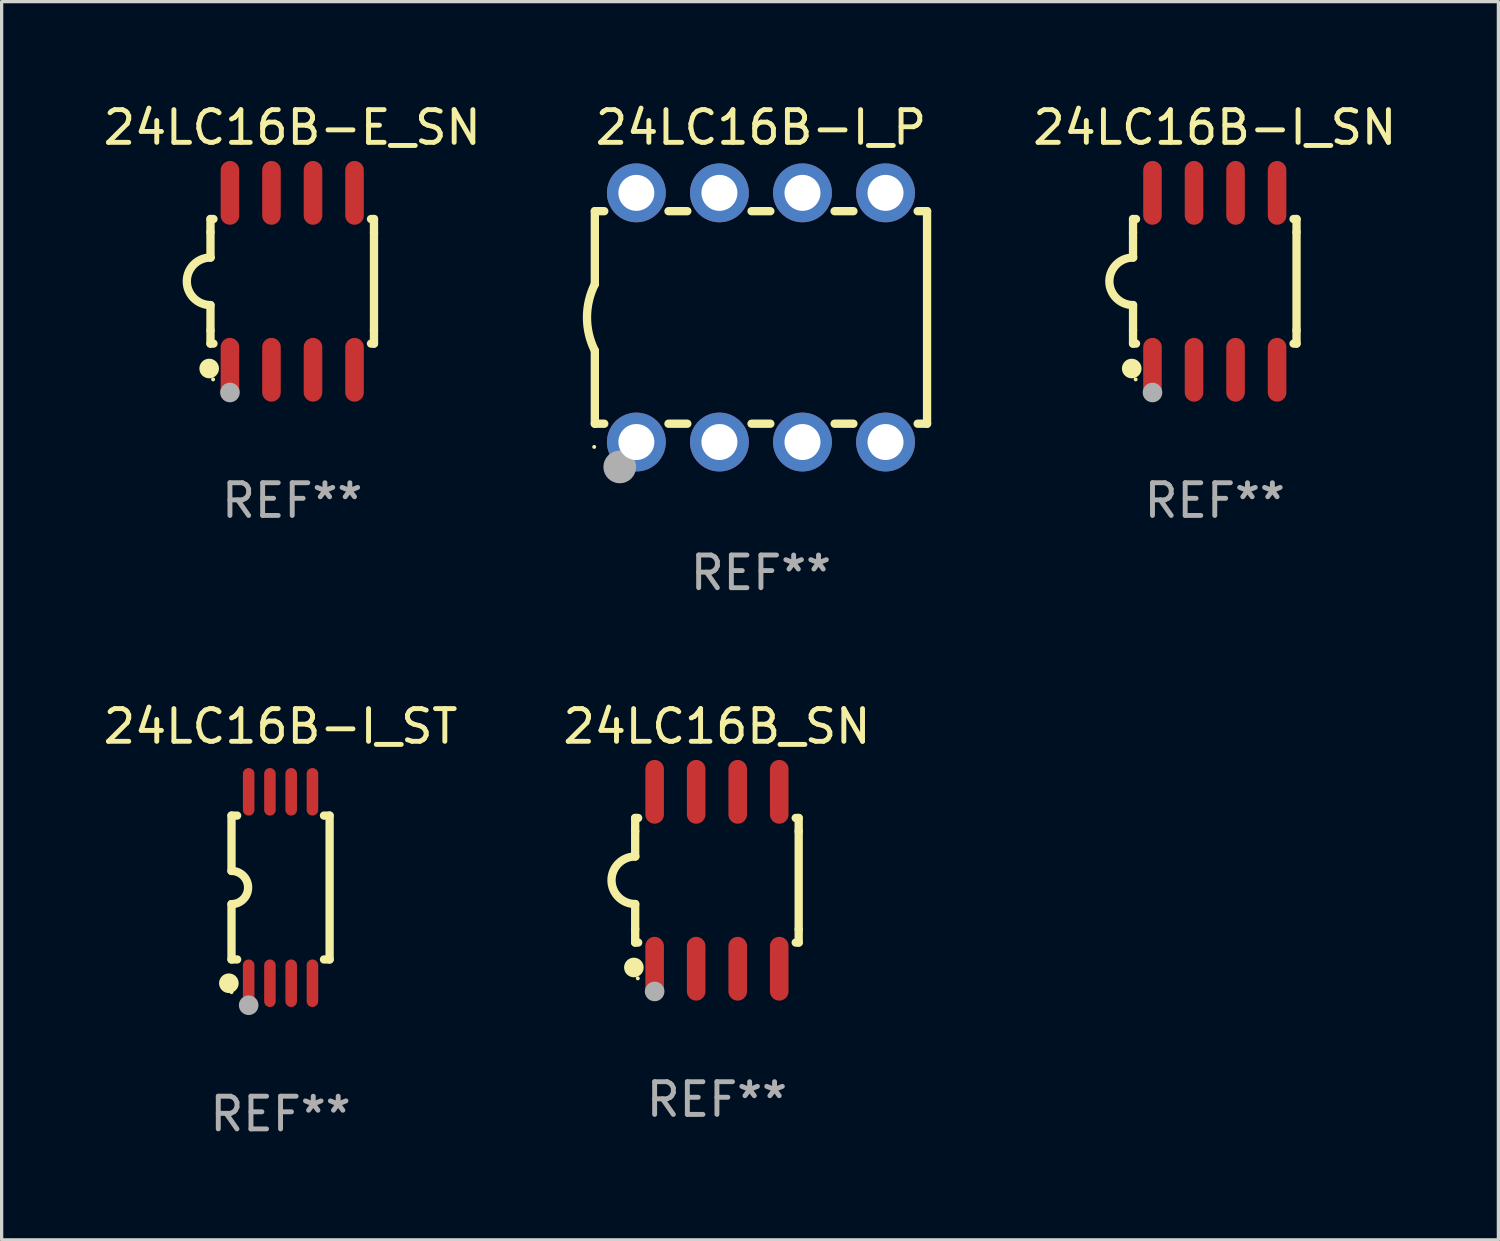
<source format=kicad_pcb>
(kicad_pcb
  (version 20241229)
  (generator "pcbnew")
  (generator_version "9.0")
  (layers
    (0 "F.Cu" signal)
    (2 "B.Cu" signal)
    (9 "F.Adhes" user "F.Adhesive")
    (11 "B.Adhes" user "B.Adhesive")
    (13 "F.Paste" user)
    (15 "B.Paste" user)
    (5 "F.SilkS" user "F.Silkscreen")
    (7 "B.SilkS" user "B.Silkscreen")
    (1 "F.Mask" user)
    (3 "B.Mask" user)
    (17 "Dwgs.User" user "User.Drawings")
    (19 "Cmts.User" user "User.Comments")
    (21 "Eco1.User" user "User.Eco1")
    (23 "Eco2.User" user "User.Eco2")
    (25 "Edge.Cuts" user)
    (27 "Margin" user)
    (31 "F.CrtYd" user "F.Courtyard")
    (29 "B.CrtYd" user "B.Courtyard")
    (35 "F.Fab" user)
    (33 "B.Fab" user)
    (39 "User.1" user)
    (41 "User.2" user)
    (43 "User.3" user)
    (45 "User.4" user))
  (footprint "24LC16B_SN"
    (layer "F.Cu")
    (at 18.875 23.87)
    (property "Reference" "24LC16B_SN" (at 0 -4.705 0) (layer "F.SilkS") (effects (font (size 1 1) (thickness 0.15))))
    (attr through_hole)
    (fp_line (start -2.5 -1.905) (end -2.409 -1.905) (stroke (width 0.254) (type solid)) (layer "F.SilkS"))
    (fp_line (start -2.5 -1.5) (end -2.5 -1.905) (stroke (width 0.254) (type solid)) (layer "F.SilkS"))
    (fp_line (start -2.5 -1.5) (end -2.5 -0.726) (stroke (width 0.254) (type solid)) (layer "F.SilkS"))
    (fp_line (start -2.5 1.5) (end -2.5 0.727) (stroke (width 0.254) (type solid)) (layer "F.SilkS"))
    (fp_line (start -2.5 1.5) (end -2.5 1.905) (stroke (width 0.254) (type solid)) (layer "F.SilkS"))
    (fp_line (start -2.5 1.905) (end -2.409 1.905) (stroke (width 0.254) (type solid)) (layer "F.SilkS"))
    (fp_line (start 2.5 -1.905) (end 2.409 -1.905) (stroke (width 0.254) (type solid)) (layer "F.SilkS"))
    (fp_line (start 2.5 -1.5) (end 2.5 -1.905) (stroke (width 0.254) (type solid)) (layer "F.SilkS"))
    (fp_line (start 2.5 -1.5) (end 2.5 1.5) (stroke (width 0.254) (type solid)) (layer "F.SilkS"))
    (fp_line (start 2.5 1.5) (end 2.5 1.905) (stroke (width 0.254) (type solid)) (layer "F.SilkS"))
    (fp_line (start 2.5 1.905) (end 2.409 1.905) (stroke (width 0.254) (type solid)) (layer "F.SilkS"))
    (fp_arc (start -2.5 0.726568) (mid -3.220316 -0.0023) (end -2.495097 -0.726289) (stroke (width 0.254001) (type solid)) (layer "F.SilkS"))
    (fp_circle (center -2.54 2.667) (end -2.39 2.667) (stroke (width 0.3) (type solid)) (fill no) (layer "F.SilkS"))
    (fp_circle (center -2.42 3) (end -2.39 3) (stroke (width 0.06) (type solid)) (fill no) (layer "F.SilkS"))
    (fp_circle (center -1.905 3.4) (end -1.755 3.4) (stroke (width 0.3) (type solid)) (fill no) (layer "F.Fab"))
    (fp_text user "REF**" (at 0 6.705 0) (layer "F.Fab") (effects (font (size 1 1) (thickness 0.15))))
    (pad "1" smd oval (at -1.905 2.705) (size 0.568 1.95) (layers "F.Cu" "F.Mask" "F.Paste"))
    (pad "2" smd oval (at -0.635 2.705) (size 0.568 1.95) (layers "F.Cu" "F.Mask" "F.Paste"))
    (pad "3" smd oval (at 0.635 2.705) (size 0.568 1.95) (layers "F.Cu" "F.Mask" "F.Paste"))
    (pad "4" smd oval (at 1.905 2.705) (size 0.568 1.95) (layers "F.Cu" "F.Mask" "F.Paste"))
    (pad "5" smd oval (at 1.905 -2.705) (size 0.568 1.95) (layers "F.Cu" "F.Mask" "F.Paste"))
    (pad "6" smd oval (at 0.635 -2.705) (size 0.568 1.95) (layers "F.Cu" "F.Mask" "F.Paste"))
    (pad "7" smd oval (at -0.635 -2.705) (size 0.568 1.95) (layers "F.Cu" "F.Mask" "F.Paste"))
    (pad "8" smd oval (at -1.905 -2.705) (size 0.568 1.95) (layers "F.Cu" "F.Mask" "F.Paste")))
  (footprint "24LC16B-E_SN"
    (layer "F.Cu")
    (at 5.887 5.553)
    (property "Reference" "24LC16B-E_SN" (at 0 -4.705 0) (layer "F.SilkS") (effects (font (size 1 1) (thickness 0.15))))
    (attr through_hole)
    (fp_line (start -2.5 -1.905) (end -2.409 -1.905) (stroke (width 0.254) (type solid)) (layer "F.SilkS"))
    (fp_line (start -2.5 -1.5) (end -2.5 -1.905) (stroke (width 0.254) (type solid)) (layer "F.SilkS"))
    (fp_line (start -2.5 -1.5) (end -2.5 -0.726) (stroke (width 0.254) (type solid)) (layer "F.SilkS"))
    (fp_line (start -2.5 1.5) (end -2.5 0.727) (stroke (width 0.254) (type solid)) (layer "F.SilkS"))
    (fp_line (start -2.5 1.5) (end -2.5 1.905) (stroke (width 0.254) (type solid)) (layer "F.SilkS"))
    (fp_line (start -2.5 1.905) (end -2.409 1.905) (stroke (width 0.254) (type solid)) (layer "F.SilkS"))
    (fp_line (start 2.5 -1.905) (end 2.409 -1.905) (stroke (width 0.254) (type solid)) (layer "F.SilkS"))
    (fp_line (start 2.5 -1.5) (end 2.5 -1.905) (stroke (width 0.254) (type solid)) (layer "F.SilkS"))
    (fp_line (start 2.5 -1.5) (end 2.5 1.5) (stroke (width 0.254) (type solid)) (layer "F.SilkS"))
    (fp_line (start 2.5 1.5) (end 2.5 1.905) (stroke (width 0.254) (type solid)) (layer "F.SilkS"))
    (fp_line (start 2.5 1.905) (end 2.409 1.905) (stroke (width 0.254) (type solid)) (layer "F.SilkS"))
    (fp_arc (start -2.5 0.726568) (mid -3.220316 -0.0023) (end -2.495097 -0.726289) (stroke (width 0.254001) (type solid)) (layer "F.SilkS"))
    (fp_circle (center -2.54 2.667) (end -2.39 2.667) (stroke (width 0.3) (type solid)) (fill no) (layer "F.SilkS"))
    (fp_circle (center -2.42 3) (end -2.39 3) (stroke (width 0.06) (type solid)) (fill no) (layer "F.SilkS"))
    (fp_circle (center -1.905 3.4) (end -1.755 3.4) (stroke (width 0.3) (type solid)) (fill no) (layer "F.Fab"))
    (fp_text user "REF**" (at 0 6.705 0) (layer "F.Fab") (effects (font (size 1 1) (thickness 0.15))))
    (pad "1" smd oval (at -1.905 2.705) (size 0.568 1.95) (layers "F.Cu" "F.Mask" "F.Paste"))
    (pad "2" smd oval (at -0.635 2.705) (size 0.568 1.95) (layers "F.Cu" "F.Mask" "F.Paste"))
    (pad "3" smd oval (at 0.635 2.705) (size 0.568 1.95) (layers "F.Cu" "F.Mask" "F.Paste"))
    (pad "4" smd oval (at 1.905 2.705) (size 0.568 1.95) (layers "F.Cu" "F.Mask" "F.Paste"))
    (pad "5" smd oval (at 1.905 -2.705) (size 0.568 1.95) (layers "F.Cu" "F.Mask" "F.Paste"))
    (pad "6" smd oval (at 0.635 -2.705) (size 0.568 1.95) (layers "F.Cu" "F.Mask" "F.Paste"))
    (pad "7" smd oval (at -0.635 -2.705) (size 0.568 1.95) (layers "F.Cu" "F.Mask" "F.Paste"))
    (pad "8" smd oval (at -1.905 -2.705) (size 0.568 1.95) (layers "F.Cu" "F.Mask" "F.Paste")))
  (footprint "24LC16B-I_ST"
    (layer "F.Cu")
    (at 5.53 24.092)
    (property "Reference" "24LC16B-I_ST" (at 0 -4.927 0) (layer "F.SilkS") (effects (font (size 1 1) (thickness 0.15))))
    (attr through_hole)
    (fp_line (start -1.5 -2.2) (end -1.5 -0.508) (stroke (width 0.254) (type solid)) (layer "F.SilkS"))
    (fp_line (start -1.5 -2.2) (end -1.328 -2.2) (stroke (width 0.254) (type solid)) (layer "F.SilkS"))
    (fp_line (start -1.5 2.2) (end -1.5 0.508) (stroke (width 0.254) (type solid)) (layer "F.SilkS"))
    (fp_line (start -1.5 2.2) (end -1.328 2.2) (stroke (width 0.254) (type solid)) (layer "F.SilkS"))
    (fp_line (start 1.328 -2.2) (end 1.5 -2.2) (stroke (width 0.254) (type solid)) (layer "F.SilkS"))
    (fp_line (start 1.328 2.2) (end 1.5 2.2) (stroke (width 0.254) (type solid)) (layer "F.SilkS"))
    (fp_line (start 1.5 -2.2) (end 1.5 2.2) (stroke (width 0.254) (type solid)) (layer "F.SilkS"))
    (fp_arc (start -1.501144 -0.508) (mid -0.993143 -0.000571) (end -1.5 0.508001) (stroke (width 0.254001) (type solid)) (layer "F.SilkS"))
    (fp_circle (center -1.581 2.927) (end -1.431 2.927) (stroke (width 0.3) (type solid)) (fill no) (layer "F.SilkS"))
    (fp_circle (center -1.5 3.2) (end -1.47 3.2) (stroke (width 0.06) (type solid)) (fill no) (layer "F.SilkS"))
    (fp_circle (center -0.975 3.6) (end -0.825 3.6) (stroke (width 0.3) (type solid)) (fill no) (layer "F.Fab"))
    (fp_text user "REF**" (at 0 6.927 0) (layer "F.Fab") (effects (font (size 1 1) (thickness 0.15))))
    (pad "1" smd oval (at -0.975 2.927) (size 0.353 1.454) (layers "F.Cu" "F.Mask" "F.Paste"))
    (pad "2" smd oval (at -0.325 2.927) (size 0.353 1.454) (layers "F.Cu" "F.Mask" "F.Paste"))
    (pad "3" smd oval (at 0.325 2.927) (size 0.353 1.454) (layers "F.Cu" "F.Mask" "F.Paste"))
    (pad "4" smd oval (at 0.975 2.927) (size 0.353 1.454) (layers "F.Cu" "F.Mask" "F.Paste"))
    (pad "5" smd oval (at 0.975 -2.927) (size 0.353 1.454) (layers "F.Cu" "F.Mask" "F.Paste"))
    (pad "6" smd oval (at 0.325 -2.927) (size 0.353 1.454) (layers "F.Cu" "F.Mask" "F.Paste"))
    (pad "7" smd oval (at -0.325 -2.927) (size 0.353 1.454) (layers "F.Cu" "F.Mask" "F.Paste"))
    (pad "8" smd oval (at -0.975 -2.927) (size 0.353 1.454) (layers "F.Cu" "F.Mask" "F.Paste")))
  (footprint "24LC16B-I_SN"
    (layer "F.Cu")
    (at 34.1 5.553)
    (property "Reference" "24LC16B-I_SN" (at 0 -4.705 0) (layer "F.SilkS") (effects (font (size 1 1) (thickness 0.15))))
    (attr through_hole)
    (fp_line (start -2.5 -1.905) (end -2.409 -1.905) (stroke (width 0.254) (type solid)) (layer "F.SilkS"))
    (fp_line (start -2.5 -1.5) (end -2.5 -1.905) (stroke (width 0.254) (type solid)) (layer "F.SilkS"))
    (fp_line (start -2.5 -1.5) (end -2.5 -0.726) (stroke (width 0.254) (type solid)) (layer "F.SilkS"))
    (fp_line (start -2.5 1.5) (end -2.5 0.727) (stroke (width 0.254) (type solid)) (layer "F.SilkS"))
    (fp_line (start -2.5 1.5) (end -2.5 1.905) (stroke (width 0.254) (type solid)) (layer "F.SilkS"))
    (fp_line (start -2.5 1.905) (end -2.409 1.905) (stroke (width 0.254) (type solid)) (layer "F.SilkS"))
    (fp_line (start 2.5 -1.905) (end 2.409 -1.905) (stroke (width 0.254) (type solid)) (layer "F.SilkS"))
    (fp_line (start 2.5 -1.5) (end 2.5 -1.905) (stroke (width 0.254) (type solid)) (layer "F.SilkS"))
    (fp_line (start 2.5 -1.5) (end 2.5 1.5) (stroke (width 0.254) (type solid)) (layer "F.SilkS"))
    (fp_line (start 2.5 1.5) (end 2.5 1.905) (stroke (width 0.254) (type solid)) (layer "F.SilkS"))
    (fp_line (start 2.5 1.905) (end 2.409 1.905) (stroke (width 0.254) (type solid)) (layer "F.SilkS"))
    (fp_arc (start -2.5 0.726568) (mid -3.220316 -0.0023) (end -2.495097 -0.726289) (stroke (width 0.254001) (type solid)) (layer "F.SilkS"))
    (fp_circle (center -2.54 2.667) (end -2.39 2.667) (stroke (width 0.3) (type solid)) (fill no) (layer "F.SilkS"))
    (fp_circle (center -2.42 3) (end -2.39 3) (stroke (width 0.06) (type solid)) (fill no) (layer "F.SilkS"))
    (fp_circle (center -1.905 3.4) (end -1.755 3.4) (stroke (width 0.3) (type solid)) (fill no) (layer "F.Fab"))
    (fp_text user "REF**" (at 0 6.705 0) (layer "F.Fab") (effects (font (size 1 1) (thickness 0.15))))
    (pad "1" smd oval (at -1.905 2.705) (size 0.568 1.95) (layers "F.Cu" "F.Mask" "F.Paste"))
    (pad "2" smd oval (at -0.635 2.705) (size 0.568 1.95) (layers "F.Cu" "F.Mask" "F.Paste"))
    (pad "3" smd oval (at 0.635 2.705) (size 0.568 1.95) (layers "F.Cu" "F.Mask" "F.Paste"))
    (pad "4" smd oval (at 1.905 2.705) (size 0.568 1.95) (layers "F.Cu" "F.Mask" "F.Paste"))
    (pad "5" smd oval (at 1.905 -2.705) (size 0.568 1.95) (layers "F.Cu" "F.Mask" "F.Paste"))
    (pad "6" smd oval (at 0.635 -2.705) (size 0.568 1.95) (layers "F.Cu" "F.Mask" "F.Paste"))
    (pad "7" smd oval (at -0.635 -2.705) (size 0.568 1.95) (layers "F.Cu" "F.Mask" "F.Paste"))
    (pad "8" smd oval (at -1.905 -2.705) (size 0.568 1.95) (layers "F.Cu" "F.Mask" "F.Paste")))
  (footprint "24LC16B-I_P"
    (layer "F.Cu")
    (at 20.221 6.658)
    (property "Reference" "24LC16B-I_P" (at 0 -5.81 0) (layer "F.SilkS") (effects (font (size 1 1) (thickness 0.15))))
    (attr through_hole)
    (fp_line (start -5.08 -3.25) (end -5.08 -1.017) (stroke (width 0.254) (type solid)) (layer "F.SilkS"))
    (fp_line (start -5.08 -3.25) (end -4.792 -3.25) (stroke (width 0.254) (type solid)) (layer "F.SilkS"))
    (fp_line (start -5.08 3.25) (end -5.08 1.015) (stroke (width 0.254) (type solid)) (layer "F.SilkS"))
    (fp_line (start -5.08 3.25) (end -4.792 3.25) (stroke (width 0.254) (type solid)) (layer "F.SilkS"))
    (fp_line (start -2.828 -3.25) (end -2.252 -3.25) (stroke (width 0.254) (type solid)) (layer "F.SilkS"))
    (fp_line (start -2.828 3.25) (end -2.252 3.25) (stroke (width 0.254) (type solid)) (layer "F.SilkS"))
    (fp_line (start -0.288 -3.25) (end 0.288 -3.25) (stroke (width 0.254) (type solid)) (layer "F.SilkS"))
    (fp_line (start -0.288 3.25) (end 0.288 3.25) (stroke (width 0.254) (type solid)) (layer "F.SilkS"))
    (fp_line (start 2.252 -3.25) (end 2.828 -3.25) (stroke (width 0.254) (type solid)) (layer "F.SilkS"))
    (fp_line (start 2.252 3.25) (end 2.828 3.25) (stroke (width 0.254) (type solid)) (layer "F.SilkS"))
    (fp_line (start 4.792 -3.25) (end 5.08 -3.25) (stroke (width 0.254) (type solid)) (layer "F.SilkS"))
    (fp_line (start 4.792 3.25) (end 5.08 3.25) (stroke (width 0.254) (type solid)) (layer "F.SilkS"))
    (fp_line (start 5.08 -3.25) (end 5.08 3.25) (stroke (width 0.254) (type solid)) (layer "F.SilkS"))
    (fp_arc (start -5.08001 1.01524) (mid -5.319856 -0.000762) (end -5.08001 -1.016764) (stroke (width 0.254001) (type solid)) (layer "F.SilkS"))
    (fp_circle (center -5.1 3.96) (end -5.07 3.96) (stroke (width 0.06) (type solid)) (fill no) (layer "F.SilkS"))
    (fp_circle (center -4.318 4.572) (end -4.068 4.572) (stroke (width 0.5) (type solid)) (fill no) (layer "F.Fab"))
    (fp_text user "REF**" (at 0 7.81 0) (layer "F.Fab") (effects (font (size 1 1) (thickness 0.15))))
    (pad "1" thru_hole circle (at -3.81 3.81) (size 1.8 1.8) (drill 1.1) (layers "*.Cu" "*.Mask"))
    (pad "2" thru_hole circle (at -1.27 3.81) (size 1.8 1.8) (drill 1.1) (layers "*.Cu" "*.Mask"))
    (pad "3" thru_hole circle (at 1.27 3.81) (size 1.8 1.8) (drill 1.1) (layers "*.Cu" "*.Mask"))
    (pad "4" thru_hole circle (at 3.81 3.81) (size 1.8 1.8) (drill 1.1) (layers "*.Cu" "*.Mask"))
    (pad "5" thru_hole circle (at 3.81 -3.81) (size 1.8 1.8) (drill 1.1) (layers "*.Cu" "*.Mask"))
    (pad "6" thru_hole circle (at 1.27 -3.81) (size 1.8 1.8) (drill 1.1) (layers "*.Cu" "*.Mask"))
    (pad "7" thru_hole circle (at -1.27 -3.81) (size 1.8 1.8) (drill 1.1) (layers "*.Cu" "*.Mask"))
    (pad "8" thru_hole circle (at -3.81 -3.81) (size 1.8 1.8) (drill 1.1) (layers "*.Cu" "*.Mask")))
  (gr_rect
    (start -3 -3)
    (end 42.773 34.867)
    (stroke (width 0.1) (type default))
    (fill no)
    (layer "Edge.Cuts")))
</source>
